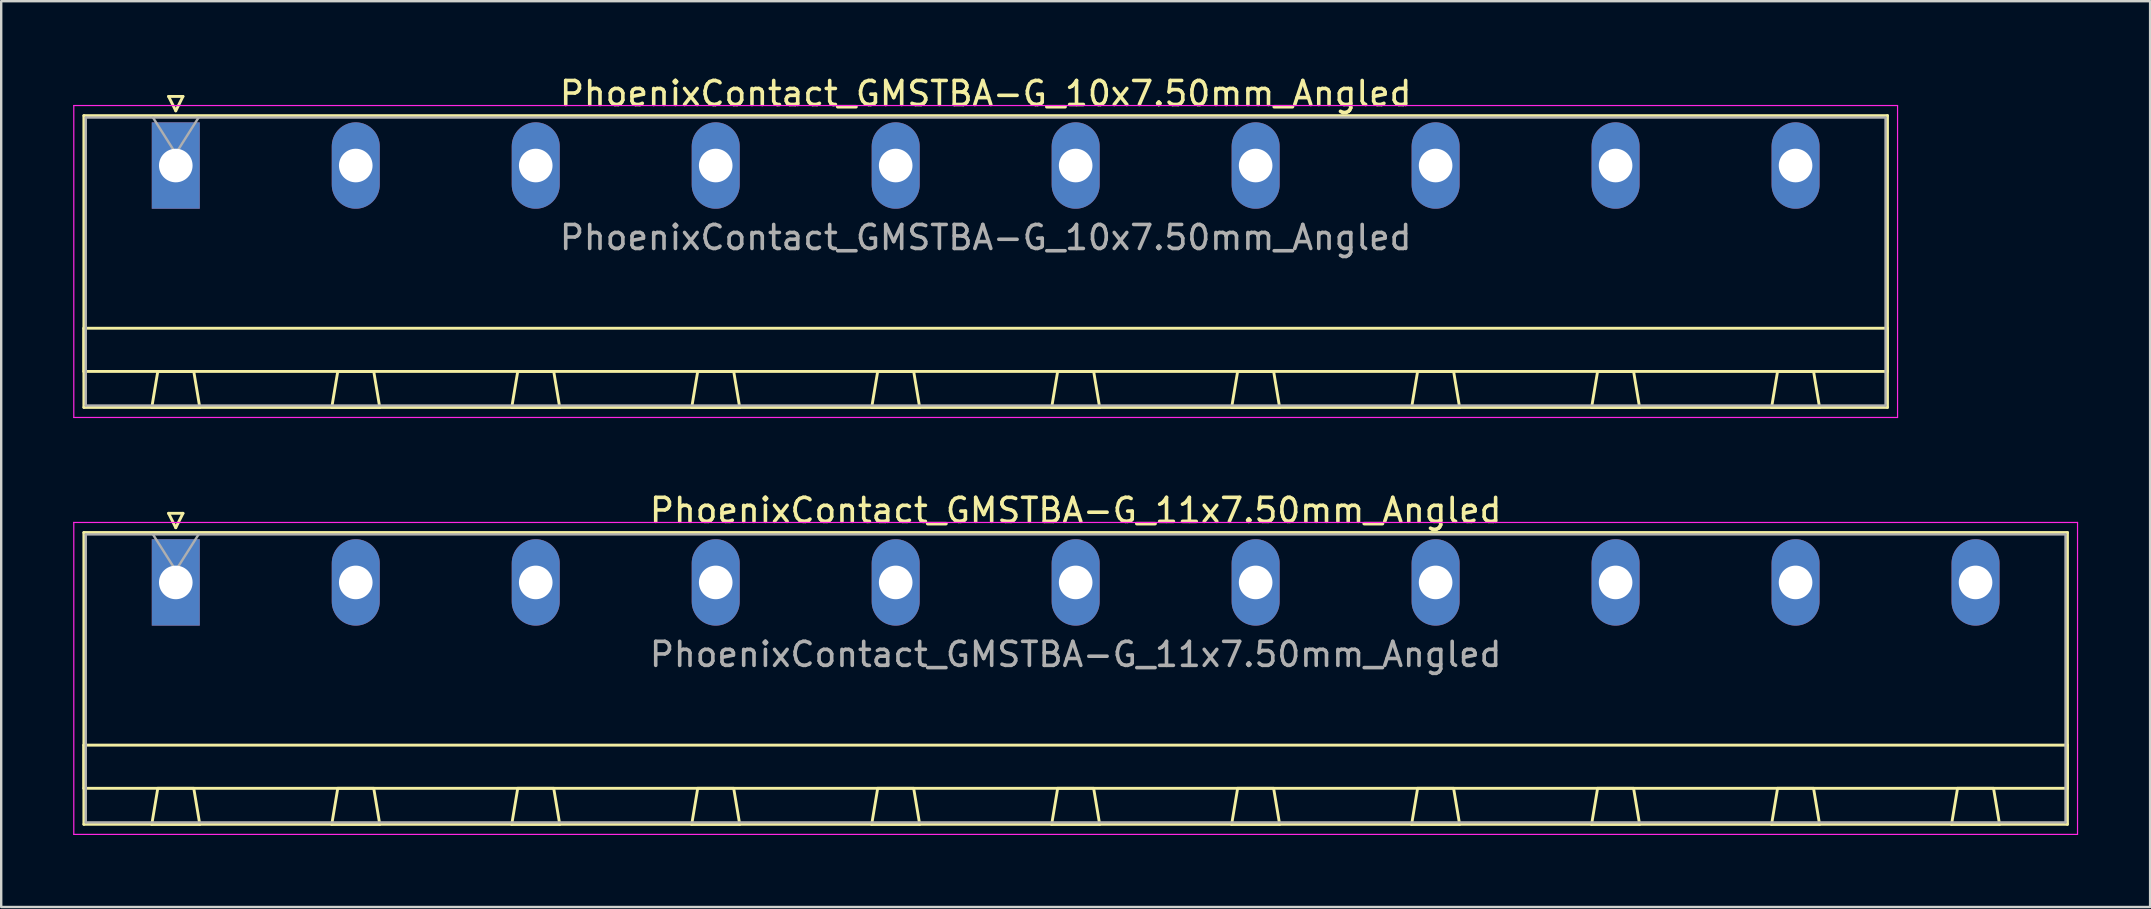
<source format=kicad_pcb>
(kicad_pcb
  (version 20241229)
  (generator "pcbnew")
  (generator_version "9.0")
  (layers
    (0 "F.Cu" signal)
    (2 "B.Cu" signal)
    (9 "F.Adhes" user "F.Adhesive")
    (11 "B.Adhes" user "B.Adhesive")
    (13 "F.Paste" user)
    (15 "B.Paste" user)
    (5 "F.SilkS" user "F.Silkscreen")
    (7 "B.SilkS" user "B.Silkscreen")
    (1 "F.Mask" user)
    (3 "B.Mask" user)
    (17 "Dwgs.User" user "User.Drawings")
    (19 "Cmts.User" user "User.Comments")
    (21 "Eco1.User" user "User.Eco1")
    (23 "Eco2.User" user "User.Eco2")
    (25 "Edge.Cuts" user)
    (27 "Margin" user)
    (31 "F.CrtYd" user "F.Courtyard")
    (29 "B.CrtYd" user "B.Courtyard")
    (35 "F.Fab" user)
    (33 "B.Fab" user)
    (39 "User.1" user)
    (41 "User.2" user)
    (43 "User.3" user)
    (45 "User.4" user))
  (footprint "PhoenixContact_GMSTBA-G_11x7.50mm_Angled"
    (layer "F.Cu")
    (at 4.275 21.221)
    (property "Reference" "PhoenixContact_GMSTBA-G_11x7.50mm_Angled" (at 37.5 -3 0) (layer "F.SilkS") (effects (font (size 1 1) (thickness 0.15))))
    (attr through_hole)
    (fp_line (start -3.83 -2.08) (end -3.83 10.08) (stroke (width 0.12) (type solid)) (layer "F.SilkS"))
    (fp_line (start -3.83 6.78) (end 78.83 6.78) (stroke (width 0.12) (type solid)) (layer "F.SilkS"))
    (fp_line (start -3.83 8.58) (end -3.83 6.78) (stroke (width 0.12) (type solid)) (layer "F.SilkS"))
    (fp_line (start -3.83 10.08) (end 78.83 10.08) (stroke (width 0.12) (type solid)) (layer "F.SilkS"))
    (fp_line (start -1 10.08) (end 1 10.08) (stroke (width 0.12) (type solid)) (layer "F.SilkS"))
    (fp_line (start -0.75 8.58) (end -1 10.08) (stroke (width 0.12) (type solid)) (layer "F.SilkS"))
    (fp_line (start -0.3 -2.88) (end 0.3 -2.88) (stroke (width 0.12) (type solid)) (layer "F.SilkS"))
    (fp_line (start 0 -2.28) (end -0.3 -2.88) (stroke (width 0.12) (type solid)) (layer "F.SilkS"))
    (fp_line (start 0.3 -2.88) (end 0 -2.28) (stroke (width 0.12) (type solid)) (layer "F.SilkS"))
    (fp_line (start 0.75 8.58) (end -0.75 8.58) (stroke (width 0.12) (type solid)) (layer "F.SilkS"))
    (fp_line (start 1 10.08) (end 0.75 8.58) (stroke (width 0.12) (type solid)) (layer "F.SilkS"))
    (fp_line (start 6.5 10.08) (end 8.5 10.08) (stroke (width 0.12) (type solid)) (layer "F.SilkS"))
    (fp_line (start 6.75 8.58) (end 6.5 10.08) (stroke (width 0.12) (type solid)) (layer "F.SilkS"))
    (fp_line (start 8.25 8.58) (end 6.75 8.58) (stroke (width 0.12) (type solid)) (layer "F.SilkS"))
    (fp_line (start 8.5 10.08) (end 8.25 8.58) (stroke (width 0.12) (type solid)) (layer "F.SilkS"))
    (fp_line (start 14 10.08) (end 16 10.08) (stroke (width 0.12) (type solid)) (layer "F.SilkS"))
    (fp_line (start 14.25 8.58) (end 14 10.08) (stroke (width 0.12) (type solid)) (layer "F.SilkS"))
    (fp_line (start 15.75 8.58) (end 14.25 8.58) (stroke (width 0.12) (type solid)) (layer "F.SilkS"))
    (fp_line (start 16 10.08) (end 15.75 8.58) (stroke (width 0.12) (type solid)) (layer "F.SilkS"))
    (fp_line (start 21.5 10.08) (end 23.5 10.08) (stroke (width 0.12) (type solid)) (layer "F.SilkS"))
    (fp_line (start 21.75 8.58) (end 21.5 10.08) (stroke (width 0.12) (type solid)) (layer "F.SilkS"))
    (fp_line (start 23.25 8.58) (end 21.75 8.58) (stroke (width 0.12) (type solid)) (layer "F.SilkS"))
    (fp_line (start 23.5 10.08) (end 23.25 8.58) (stroke (width 0.12) (type solid)) (layer "F.SilkS"))
    (fp_line (start 29 10.08) (end 31 10.08) (stroke (width 0.12) (type solid)) (layer "F.SilkS"))
    (fp_line (start 29.25 8.58) (end 29 10.08) (stroke (width 0.12) (type solid)) (layer "F.SilkS"))
    (fp_line (start 30.75 8.58) (end 29.25 8.58) (stroke (width 0.12) (type solid)) (layer "F.SilkS"))
    (fp_line (start 31 10.08) (end 30.75 8.58) (stroke (width 0.12) (type solid)) (layer "F.SilkS"))
    (fp_line (start 36.5 10.08) (end 38.5 10.08) (stroke (width 0.12) (type solid)) (layer "F.SilkS"))
    (fp_line (start 36.75 8.58) (end 36.5 10.08) (stroke (width 0.12) (type solid)) (layer "F.SilkS"))
    (fp_line (start 38.25 8.58) (end 36.75 8.58) (stroke (width 0.12) (type solid)) (layer "F.SilkS"))
    (fp_line (start 38.5 10.08) (end 38.25 8.58) (stroke (width 0.12) (type solid)) (layer "F.SilkS"))
    (fp_line (start 44 10.08) (end 46 10.08) (stroke (width 0.12) (type solid)) (layer "F.SilkS"))
    (fp_line (start 44.25 8.58) (end 44 10.08) (stroke (width 0.12) (type solid)) (layer "F.SilkS"))
    (fp_line (start 45.75 8.58) (end 44.25 8.58) (stroke (width 0.12) (type solid)) (layer "F.SilkS"))
    (fp_line (start 46 10.08) (end 45.75 8.58) (stroke (width 0.12) (type solid)) (layer "F.SilkS"))
    (fp_line (start 51.5 10.08) (end 53.5 10.08) (stroke (width 0.12) (type solid)) (layer "F.SilkS"))
    (fp_line (start 51.75 8.58) (end 51.5 10.08) (stroke (width 0.12) (type solid)) (layer "F.SilkS"))
    (fp_line (start 53.25 8.58) (end 51.75 8.58) (stroke (width 0.12) (type solid)) (layer "F.SilkS"))
    (fp_line (start 53.5 10.08) (end 53.25 8.58) (stroke (width 0.12) (type solid)) (layer "F.SilkS"))
    (fp_line (start 59 10.08) (end 61 10.08) (stroke (width 0.12) (type solid)) (layer "F.SilkS"))
    (fp_line (start 59.25 8.58) (end 59 10.08) (stroke (width 0.12) (type solid)) (layer "F.SilkS"))
    (fp_line (start 60.75 8.58) (end 59.25 8.58) (stroke (width 0.12) (type solid)) (layer "F.SilkS"))
    (fp_line (start 61 10.08) (end 60.75 8.58) (stroke (width 0.12) (type solid)) (layer "F.SilkS"))
    (fp_line (start 66.5 10.08) (end 68.5 10.08) (stroke (width 0.12) (type solid)) (layer "F.SilkS"))
    (fp_line (start 66.75 8.58) (end 66.5 10.08) (stroke (width 0.12) (type solid)) (layer "F.SilkS"))
    (fp_line (start 68.25 8.58) (end 66.75 8.58) (stroke (width 0.12) (type solid)) (layer "F.SilkS"))
    (fp_line (start 68.5 10.08) (end 68.25 8.58) (stroke (width 0.12) (type solid)) (layer "F.SilkS"))
    (fp_line (start 74 10.08) (end 76 10.08) (stroke (width 0.12) (type solid)) (layer "F.SilkS"))
    (fp_line (start 74.25 8.58) (end 74 10.08) (stroke (width 0.12) (type solid)) (layer "F.SilkS"))
    (fp_line (start 75.75 8.58) (end 74.25 8.58) (stroke (width 0.12) (type solid)) (layer "F.SilkS"))
    (fp_line (start 76 10.08) (end 75.75 8.58) (stroke (width 0.12) (type solid)) (layer "F.SilkS"))
    (fp_line (start 78.83 -2.08) (end -3.83 -2.08) (stroke (width 0.12) (type solid)) (layer "F.SilkS"))
    (fp_line (start 78.83 6.78) (end 78.83 8.58) (stroke (width 0.12) (type solid)) (layer "F.SilkS"))
    (fp_line (start 78.83 8.58) (end -3.83 8.58) (stroke (width 0.12) (type solid)) (layer "F.SilkS"))
    (fp_line (start 78.83 10.08) (end 78.83 -2.08) (stroke (width 0.12) (type solid)) (layer "F.SilkS"))
    (fp_line (start -4.25 -2.5) (end -4.25 10.5) (stroke (width 0.05) (type solid)) (layer "F.CrtYd"))
    (fp_line (start -4.25 10.5) (end 79.25 10.5) (stroke (width 0.05) (type solid)) (layer "F.CrtYd"))
    (fp_line (start 79.25 -2.5) (end -4.25 -2.5) (stroke (width 0.05) (type solid)) (layer "F.CrtYd"))
    (fp_line (start 79.25 10.5) (end 79.25 -2.5) (stroke (width 0.05) (type solid)) (layer "F.CrtYd"))
    (fp_line (start -3.75 -2) (end -3.75 10) (stroke (width 0.1) (type solid)) (layer "F.Fab"))
    (fp_line (start -3.75 10) (end 78.75 10) (stroke (width 0.1) (type solid)) (layer "F.Fab"))
    (fp_line (start 0 -0.5) (end -0.95 -2) (stroke (width 0.1) (type solid)) (layer "F.Fab"))
    (fp_line (start 0.95 -2) (end 0 -0.5) (stroke (width 0.1) (type solid)) (layer "F.Fab"))
    (fp_line (start 78.75 -2) (end -3.75 -2) (stroke (width 0.1) (type solid)) (layer "F.Fab"))
    (fp_line (start 78.75 10) (end 78.75 -2) (stroke (width 0.1) (type solid)) (layer "F.Fab"))
    (fp_text user "${REFERENCE}" (at 37.5 3 0) (layer "F.Fab") (effects (font (size 1 1) (thickness 0.15))))
    (pad "1" thru_hole rect (at 0 0) (size 2 3.6) (drill 1.4) (layers "*.Cu" "*.Mask"))
    (pad "2" thru_hole oval (at 7.5 0) (size 2 3.6) (drill 1.4) (layers "*.Cu" "*.Mask"))
    (pad "3" thru_hole oval (at 15 0) (size 2 3.6) (drill 1.4) (layers "*.Cu" "*.Mask"))
    (pad "4" thru_hole oval (at 22.5 0) (size 2 3.6) (drill 1.4) (layers "*.Cu" "*.Mask"))
    (pad "5" thru_hole oval (at 30 0) (size 2 3.6) (drill 1.4) (layers "*.Cu" "*.Mask"))
    (pad "6" thru_hole oval (at 37.5 0) (size 2 3.6) (drill 1.4) (layers "*.Cu" "*.Mask"))
    (pad "7" thru_hole oval (at 45 0) (size 2 3.6) (drill 1.4) (layers "*.Cu" "*.Mask"))
    (pad "8" thru_hole oval (at 52.5 0) (size 2 3.6) (drill 1.4) (layers "*.Cu" "*.Mask"))
    (pad "9" thru_hole oval (at 60 0) (size 2 3.6) (drill 1.4) (layers "*.Cu" "*.Mask"))
    (pad "10" thru_hole oval (at 67.5 0) (size 2 3.6) (drill 1.4) (layers "*.Cu" "*.Mask"))
    (pad "11" thru_hole oval (at 75 0) (size 2 3.6) (drill 1.4) (layers "*.Cu" "*.Mask")))
  (footprint "PhoenixContact_GMSTBA-G_10x7.50mm_Angled"
    (layer "F.Cu")
    (at 4.275 3.848)
    (property "Reference" "PhoenixContact_GMSTBA-G_10x7.50mm_Angled" (at 33.75 -3 0) (layer "F.SilkS") (effects (font (size 1 1) (thickness 0.15))))
    (attr through_hole)
    (fp_line (start -3.83 -2.08) (end -3.83 10.08) (stroke (width 0.12) (type solid)) (layer "F.SilkS"))
    (fp_line (start -3.83 6.78) (end 71.33 6.78) (stroke (width 0.12) (type solid)) (layer "F.SilkS"))
    (fp_line (start -3.83 8.58) (end -3.83 6.78) (stroke (width 0.12) (type solid)) (layer "F.SilkS"))
    (fp_line (start -3.83 10.08) (end 71.33 10.08) (stroke (width 0.12) (type solid)) (layer "F.SilkS"))
    (fp_line (start -1 10.08) (end 1 10.08) (stroke (width 0.12) (type solid)) (layer "F.SilkS"))
    (fp_line (start -0.75 8.58) (end -1 10.08) (stroke (width 0.12) (type solid)) (layer "F.SilkS"))
    (fp_line (start -0.3 -2.88) (end 0.3 -2.88) (stroke (width 0.12) (type solid)) (layer "F.SilkS"))
    (fp_line (start 0 -2.28) (end -0.3 -2.88) (stroke (width 0.12) (type solid)) (layer "F.SilkS"))
    (fp_line (start 0.3 -2.88) (end 0 -2.28) (stroke (width 0.12) (type solid)) (layer "F.SilkS"))
    (fp_line (start 0.75 8.58) (end -0.75 8.58) (stroke (width 0.12) (type solid)) (layer "F.SilkS"))
    (fp_line (start 1 10.08) (end 0.75 8.58) (stroke (width 0.12) (type solid)) (layer "F.SilkS"))
    (fp_line (start 6.5 10.08) (end 8.5 10.08) (stroke (width 0.12) (type solid)) (layer "F.SilkS"))
    (fp_line (start 6.75 8.58) (end 6.5 10.08) (stroke (width 0.12) (type solid)) (layer "F.SilkS"))
    (fp_line (start 8.25 8.58) (end 6.75 8.58) (stroke (width 0.12) (type solid)) (layer "F.SilkS"))
    (fp_line (start 8.5 10.08) (end 8.25 8.58) (stroke (width 0.12) (type solid)) (layer "F.SilkS"))
    (fp_line (start 14 10.08) (end 16 10.08) (stroke (width 0.12) (type solid)) (layer "F.SilkS"))
    (fp_line (start 14.25 8.58) (end 14 10.08) (stroke (width 0.12) (type solid)) (layer "F.SilkS"))
    (fp_line (start 15.75 8.58) (end 14.25 8.58) (stroke (width 0.12) (type solid)) (layer "F.SilkS"))
    (fp_line (start 16 10.08) (end 15.75 8.58) (stroke (width 0.12) (type solid)) (layer "F.SilkS"))
    (fp_line (start 21.5 10.08) (end 23.5 10.08) (stroke (width 0.12) (type solid)) (layer "F.SilkS"))
    (fp_line (start 21.75 8.58) (end 21.5 10.08) (stroke (width 0.12) (type solid)) (layer "F.SilkS"))
    (fp_line (start 23.25 8.58) (end 21.75 8.58) (stroke (width 0.12) (type solid)) (layer "F.SilkS"))
    (fp_line (start 23.5 10.08) (end 23.25 8.58) (stroke (width 0.12) (type solid)) (layer "F.SilkS"))
    (fp_line (start 29 10.08) (end 31 10.08) (stroke (width 0.12) (type solid)) (layer "F.SilkS"))
    (fp_line (start 29.25 8.58) (end 29 10.08) (stroke (width 0.12) (type solid)) (layer "F.SilkS"))
    (fp_line (start 30.75 8.58) (end 29.25 8.58) (stroke (width 0.12) (type solid)) (layer "F.SilkS"))
    (fp_line (start 31 10.08) (end 30.75 8.58) (stroke (width 0.12) (type solid)) (layer "F.SilkS"))
    (fp_line (start 36.5 10.08) (end 38.5 10.08) (stroke (width 0.12) (type solid)) (layer "F.SilkS"))
    (fp_line (start 36.75 8.58) (end 36.5 10.08) (stroke (width 0.12) (type solid)) (layer "F.SilkS"))
    (fp_line (start 38.25 8.58) (end 36.75 8.58) (stroke (width 0.12) (type solid)) (layer "F.SilkS"))
    (fp_line (start 38.5 10.08) (end 38.25 8.58) (stroke (width 0.12) (type solid)) (layer "F.SilkS"))
    (fp_line (start 44 10.08) (end 46 10.08) (stroke (width 0.12) (type solid)) (layer "F.SilkS"))
    (fp_line (start 44.25 8.58) (end 44 10.08) (stroke (width 0.12) (type solid)) (layer "F.SilkS"))
    (fp_line (start 45.75 8.58) (end 44.25 8.58) (stroke (width 0.12) (type solid)) (layer "F.SilkS"))
    (fp_line (start 46 10.08) (end 45.75 8.58) (stroke (width 0.12) (type solid)) (layer "F.SilkS"))
    (fp_line (start 51.5 10.08) (end 53.5 10.08) (stroke (width 0.12) (type solid)) (layer "F.SilkS"))
    (fp_line (start 51.75 8.58) (end 51.5 10.08) (stroke (width 0.12) (type solid)) (layer "F.SilkS"))
    (fp_line (start 53.25 8.58) (end 51.75 8.58) (stroke (width 0.12) (type solid)) (layer "F.SilkS"))
    (fp_line (start 53.5 10.08) (end 53.25 8.58) (stroke (width 0.12) (type solid)) (layer "F.SilkS"))
    (fp_line (start 59 10.08) (end 61 10.08) (stroke (width 0.12) (type solid)) (layer "F.SilkS"))
    (fp_line (start 59.25 8.58) (end 59 10.08) (stroke (width 0.12) (type solid)) (layer "F.SilkS"))
    (fp_line (start 60.75 8.58) (end 59.25 8.58) (stroke (width 0.12) (type solid)) (layer "F.SilkS"))
    (fp_line (start 61 10.08) (end 60.75 8.58) (stroke (width 0.12) (type solid)) (layer "F.SilkS"))
    (fp_line (start 66.5 10.08) (end 68.5 10.08) (stroke (width 0.12) (type solid)) (layer "F.SilkS"))
    (fp_line (start 66.75 8.58) (end 66.5 10.08) (stroke (width 0.12) (type solid)) (layer "F.SilkS"))
    (fp_line (start 68.25 8.58) (end 66.75 8.58) (stroke (width 0.12) (type solid)) (layer "F.SilkS"))
    (fp_line (start 68.5 10.08) (end 68.25 8.58) (stroke (width 0.12) (type solid)) (layer "F.SilkS"))
    (fp_line (start 71.33 -2.08) (end -3.83 -2.08) (stroke (width 0.12) (type solid)) (layer "F.SilkS"))
    (fp_line (start 71.33 6.78) (end 71.33 8.58) (stroke (width 0.12) (type solid)) (layer "F.SilkS"))
    (fp_line (start 71.33 8.58) (end -3.83 8.58) (stroke (width 0.12) (type solid)) (layer "F.SilkS"))
    (fp_line (start 71.33 10.08) (end 71.33 -2.08) (stroke (width 0.12) (type solid)) (layer "F.SilkS"))
    (fp_line (start -4.25 -2.5) (end -4.25 10.5) (stroke (width 0.05) (type solid)) (layer "F.CrtYd"))
    (fp_line (start -4.25 10.5) (end 71.75 10.5) (stroke (width 0.05) (type solid)) (layer "F.CrtYd"))
    (fp_line (start 71.75 -2.5) (end -4.25 -2.5) (stroke (width 0.05) (type solid)) (layer "F.CrtYd"))
    (fp_line (start 71.75 10.5) (end 71.75 -2.5) (stroke (width 0.05) (type solid)) (layer "F.CrtYd"))
    (fp_line (start -3.75 -2) (end -3.75 10) (stroke (width 0.1) (type solid)) (layer "F.Fab"))
    (fp_line (start -3.75 10) (end 71.25 10) (stroke (width 0.1) (type solid)) (layer "F.Fab"))
    (fp_line (start 0 -0.5) (end -0.95 -2) (stroke (width 0.1) (type solid)) (layer "F.Fab"))
    (fp_line (start 0.95 -2) (end 0 -0.5) (stroke (width 0.1) (type solid)) (layer "F.Fab"))
    (fp_line (start 71.25 -2) (end -3.75 -2) (stroke (width 0.1) (type solid)) (layer "F.Fab"))
    (fp_line (start 71.25 10) (end 71.25 -2) (stroke (width 0.1) (type solid)) (layer "F.Fab"))
    (fp_text user "${REFERENCE}" (at 33.75 3 0) (layer "F.Fab") (effects (font (size 1 1) (thickness 0.15))))
    (pad "1" thru_hole rect (at 0 0) (size 2 3.6) (drill 1.4) (layers "*.Cu" "*.Mask"))
    (pad "2" thru_hole oval (at 7.5 0) (size 2 3.6) (drill 1.4) (layers "*.Cu" "*.Mask"))
    (pad "3" thru_hole oval (at 15 0) (size 2 3.6) (drill 1.4) (layers "*.Cu" "*.Mask"))
    (pad "4" thru_hole oval (at 22.5 0) (size 2 3.6) (drill 1.4) (layers "*.Cu" "*.Mask"))
    (pad "5" thru_hole oval (at 30 0) (size 2 3.6) (drill 1.4) (layers "*.Cu" "*.Mask"))
    (pad "6" thru_hole oval (at 37.5 0) (size 2 3.6) (drill 1.4) (layers "*.Cu" "*.Mask"))
    (pad "7" thru_hole oval (at 45 0) (size 2 3.6) (drill 1.4) (layers "*.Cu" "*.Mask"))
    (pad "8" thru_hole oval (at 52.5 0) (size 2 3.6) (drill 1.4) (layers "*.Cu" "*.Mask"))
    (pad "9" thru_hole oval (at 60 0) (size 2 3.6) (drill 1.4) (layers "*.Cu" "*.Mask"))
    (pad "10" thru_hole oval (at 67.5 0) (size 2 3.6) (drill 1.4) (layers "*.Cu" "*.Mask")))
  (gr_rect
    (start -3 -3)
    (end 86.55 34.746)
    (stroke (width 0.1) (type default))
    (fill no)
    (layer "Edge.Cuts")))
</source>
